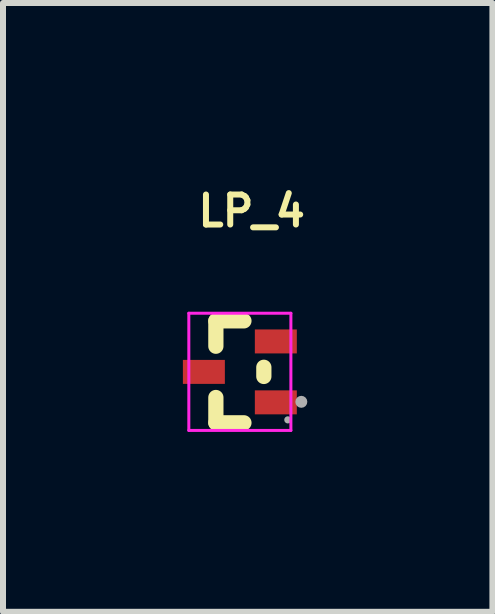
<source format=kicad_pcb>
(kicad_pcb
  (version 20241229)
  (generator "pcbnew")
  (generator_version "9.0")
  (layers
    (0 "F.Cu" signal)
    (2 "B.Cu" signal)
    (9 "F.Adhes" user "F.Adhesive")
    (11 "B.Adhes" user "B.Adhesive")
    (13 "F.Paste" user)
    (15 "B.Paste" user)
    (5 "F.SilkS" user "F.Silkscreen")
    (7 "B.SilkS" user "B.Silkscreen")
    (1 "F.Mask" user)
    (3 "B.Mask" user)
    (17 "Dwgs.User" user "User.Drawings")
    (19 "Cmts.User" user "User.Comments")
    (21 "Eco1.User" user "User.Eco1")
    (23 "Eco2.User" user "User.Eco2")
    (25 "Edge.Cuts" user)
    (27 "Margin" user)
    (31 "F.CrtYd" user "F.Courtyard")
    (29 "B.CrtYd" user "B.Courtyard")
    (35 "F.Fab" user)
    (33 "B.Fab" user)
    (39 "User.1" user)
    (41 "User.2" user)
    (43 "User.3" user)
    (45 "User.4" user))
  (footprint "LP_4"
    (layer "F.Cu")
    (at 0.95 3.151)
    (property "Reference" "LP_4" (at -0.75 -2.683 0) (layer "F.SilkS") (effects (font (size 0.5 0.5) (thickness 0.1)) (justify left)))
    (fp_line (start -0.4 -0.85) (end -0.4 -0.427) (stroke (width 0.254) (type solid)) (layer "F.SilkS"))
    (fp_line (start -0.4 -0.85) (end 0.068 -0.85) (stroke (width 0.254) (type solid)) (layer "F.SilkS"))
    (fp_line (start -0.4 0.428) (end -0.4 0.85) (stroke (width 0.254) (type solid)) (layer "F.SilkS"))
    (fp_line (start -0.4 0.85) (end 0.068 0.85) (stroke (width 0.254) (type solid)) (layer "F.SilkS"))
    (fp_line (start 0.4 -0.076) (end 0.4 0.077) (stroke (width 0.254) (type solid)) (layer "F.SilkS"))
    (fp_line (start -0.851 -0.977) (end -0.851 0.977) (stroke (width 0.05) (type solid)) (layer "F.CrtYd"))
    (fp_line (start -0.851 0.977) (end 0.851 0.977) (stroke (width 0.05) (type solid)) (layer "F.CrtYd"))
    (fp_line (start 0.851 -0.977) (end -0.851 -0.977) (stroke (width 0.05) (type solid)) (layer "F.CrtYd"))
    (fp_line (start 0.851 0.977) (end 0.851 -0.977) (stroke (width 0.05) (type solid)) (layer "F.CrtYd"))
    (fp_arc (start 0.83 0.801) (mid 0.77 0.801) (end 0.83 0.801) (stroke (width 0.06) (type solid)) (layer "F.Fab"))
    (fp_arc (start 1.075 0.5) (mid 0.975 0.5) (end 1.075 0.5) (stroke (width 0.1) (type solid)) (layer "F.Fab"))
    (pad "1" smd rect (at 0.6 0.509 90) (size 0.4 0.7) (layers "F.Cu" "F.Mask" "F.Paste"))
    (pad "2" smd rect (at 0.6 -0.507 90) (size 0.4 0.7) (layers "F.Cu" "F.Mask" "F.Paste"))
    (pad "3" smd rect (at -0.6 0.001 90) (size 0.4 0.7) (layers "F.Cu" "F.Mask" "F.Paste")))
  (gr_rect
    (start -3 -3)
    (end 5.162 7.153)
    (stroke (width 0.1) (type default))
    (fill no)
    (layer "Edge.Cuts")))
</source>
